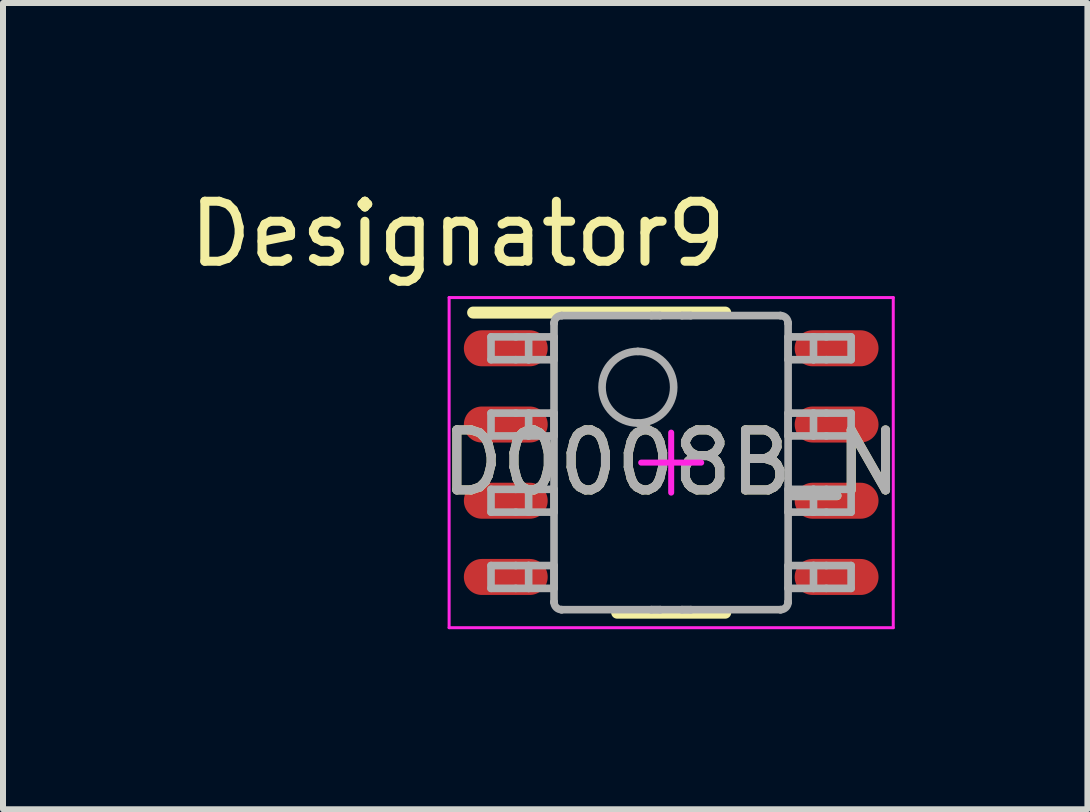
<source format=kicad_pcb>
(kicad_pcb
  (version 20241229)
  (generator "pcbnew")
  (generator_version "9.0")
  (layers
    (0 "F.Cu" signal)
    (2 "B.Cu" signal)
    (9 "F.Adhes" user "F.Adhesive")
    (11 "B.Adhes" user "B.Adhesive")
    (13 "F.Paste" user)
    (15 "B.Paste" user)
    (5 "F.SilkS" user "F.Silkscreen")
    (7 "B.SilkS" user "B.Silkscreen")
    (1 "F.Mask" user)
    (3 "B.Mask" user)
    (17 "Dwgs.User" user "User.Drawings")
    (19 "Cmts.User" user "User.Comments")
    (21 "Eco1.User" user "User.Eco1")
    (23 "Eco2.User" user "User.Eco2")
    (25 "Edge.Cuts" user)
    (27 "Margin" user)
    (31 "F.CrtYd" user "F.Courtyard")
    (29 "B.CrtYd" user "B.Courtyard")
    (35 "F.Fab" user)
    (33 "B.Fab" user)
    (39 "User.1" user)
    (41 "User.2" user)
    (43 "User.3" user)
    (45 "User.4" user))
  (footprint "D0008B_N"
    (layer "F.Cu")
    (at 8.133 4.658)
    (property "Reference" "D0008B_N" (at 0 0 0) (unlocked yes) (layer "F.SilkS") (effects (font (size 1 1) (thickness 0.15))))
    (attr smd)
    (fp_line (start -3.3 -2.5) (end 0.9 -2.5) (stroke (width 0.2) (type solid)) (layer "F.SilkS"))
    (fp_line (start -0.9 2.5) (end 0.9 2.5) (stroke (width 0.2) (type solid)) (layer "F.SilkS"))
    (fp_line (start -3.7 -2.75) (end 3.7 -2.75) (stroke (width 0.05) (type solid)) (layer "F.CrtYd"))
    (fp_line (start -3.7 2.75) (end -3.7 -2.75) (stroke (width 0.05) (type solid)) (layer "F.CrtYd"))
    (fp_line (start -3.7 2.75) (end 3.7 2.75) (stroke (width 0.05) (type solid)) (layer "F.CrtYd"))
    (fp_line (start -0.5 0) (end 0.5 0) (stroke (width 0.1) (type solid)) (layer "F.CrtYd"))
    (fp_line (start 0 0.5) (end 0 -0.5) (stroke (width 0.1) (type solid)) (layer "F.CrtYd"))
    (fp_line (start 3.7 2.75) (end 3.7 -2.75) (stroke (width 0.05) (type solid)) (layer "F.CrtYd"))
    (fp_line (start -3.002 -2.095) (end -2.589 -2.095) (stroke (width 0.127) (type solid)) (layer "F.Fab"))
    (fp_line (start -3.002 -1.715) (end -3.002 -2.095) (stroke (width 0.127) (type solid)) (layer "F.Fab"))
    (fp_line (start -3.002 -1.715) (end -2.589 -1.715) (stroke (width 0.127) (type solid)) (layer "F.Fab"))
    (fp_line (start -3.002 -0.825) (end -2.589 -0.825) (stroke (width 0.127) (type solid)) (layer "F.Fab"))
    (fp_line (start -3.002 -0.445) (end -3.002 -0.825) (stroke (width 0.127) (type solid)) (layer "F.Fab"))
    (fp_line (start -3.002 -0.445) (end -2.589 -0.445) (stroke (width 0.127) (type solid)) (layer "F.Fab"))
    (fp_line (start -3.002 0.445) (end -2.589 0.445) (stroke (width 0.127) (type solid)) (layer "F.Fab"))
    (fp_line (start -3.002 0.825) (end -3.002 0.445) (stroke (width 0.127) (type solid)) (layer "F.Fab"))
    (fp_line (start -3.002 0.825) (end -2.589 0.825) (stroke (width 0.127) (type solid)) (layer "F.Fab"))
    (fp_line (start -3.002 1.715) (end -2.589 1.715) (stroke (width 0.127) (type solid)) (layer "F.Fab"))
    (fp_line (start -3.002 2.095) (end -3.002 1.715) (stroke (width 0.127) (type solid)) (layer "F.Fab"))
    (fp_line (start -3.002 2.095) (end -2.589 2.095) (stroke (width 0.127) (type solid)) (layer "F.Fab"))
    (fp_line (start -2.589 -2.095) (end -2.375 -2.095) (stroke (width 0.127) (type solid)) (layer "F.Fab"))
    (fp_line (start -2.589 -1.715) (end -2.375 -1.715) (stroke (width 0.127) (type solid)) (layer "F.Fab"))
    (fp_line (start -2.589 -0.825) (end -2.375 -0.825) (stroke (width 0.127) (type solid)) (layer "F.Fab"))
    (fp_line (start -2.589 -0.445) (end -2.375 -0.445) (stroke (width 0.127) (type solid)) (layer "F.Fab"))
    (fp_line (start -2.589 0.445) (end -2.375 0.445) (stroke (width 0.127) (type solid)) (layer "F.Fab"))
    (fp_line (start -2.589 0.825) (end -2.375 0.825) (stroke (width 0.127) (type solid)) (layer "F.Fab"))
    (fp_line (start -2.589 1.715) (end -2.375 1.715) (stroke (width 0.127) (type solid)) (layer "F.Fab"))
    (fp_line (start -2.589 2.095) (end -2.375 2.095) (stroke (width 0.127) (type solid)) (layer "F.Fab"))
    (fp_line (start -2.375 -2.095) (end -1.995 -2.095) (stroke (width 0.127) (type solid)) (layer "F.Fab"))
    (fp_line (start -2.375 -1.715) (end -2.375 -2.095) (stroke (width 0.127) (type solid)) (layer "F.Fab"))
    (fp_line (start -2.375 -1.715) (end -1.995 -1.715) (stroke (width 0.127) (type solid)) (layer "F.Fab"))
    (fp_line (start -2.375 -0.825) (end -1.995 -0.825) (stroke (width 0.127) (type solid)) (layer "F.Fab"))
    (fp_line (start -2.375 -0.445) (end -2.375 -0.825) (stroke (width 0.127) (type solid)) (layer "F.Fab"))
    (fp_line (start -2.375 -0.445) (end -1.995 -0.445) (stroke (width 0.127) (type solid)) (layer "F.Fab"))
    (fp_line (start -2.375 0.445) (end -1.995 0.445) (stroke (width 0.127) (type solid)) (layer "F.Fab"))
    (fp_line (start -2.375 0.825) (end -2.375 0.445) (stroke (width 0.127) (type solid)) (layer "F.Fab"))
    (fp_line (start -2.375 0.825) (end -1.995 0.825) (stroke (width 0.127) (type solid)) (layer "F.Fab"))
    (fp_line (start -2.375 1.715) (end -1.995 1.715) (stroke (width 0.127) (type solid)) (layer "F.Fab"))
    (fp_line (start -2.375 2.095) (end -2.375 1.715) (stroke (width 0.127) (type solid)) (layer "F.Fab"))
    (fp_line (start -2.375 2.095) (end -1.995 2.095) (stroke (width 0.127) (type solid)) (layer "F.Fab"))
    (fp_line (start -1.995 -2.095) (end -1.952 -2.095) (stroke (width 0.127) (type solid)) (layer "F.Fab"))
    (fp_line (start -1.995 -1.715) (end -1.952 -1.715) (stroke (width 0.127) (type solid)) (layer "F.Fab"))
    (fp_line (start -1.995 -0.825) (end -1.952 -0.825) (stroke (width 0.127) (type solid)) (layer "F.Fab"))
    (fp_line (start -1.995 -0.445) (end -1.952 -0.445) (stroke (width 0.127) (type solid)) (layer "F.Fab"))
    (fp_line (start -1.995 0.445) (end -1.952 0.445) (stroke (width 0.127) (type solid)) (layer "F.Fab"))
    (fp_line (start -1.995 0.825) (end -1.952 0.825) (stroke (width 0.127) (type solid)) (layer "F.Fab"))
    (fp_line (start -1.995 1.715) (end -1.952 1.715) (stroke (width 0.127) (type solid)) (layer "F.Fab"))
    (fp_line (start -1.995 2.095) (end -1.952 2.095) (stroke (width 0.127) (type solid)) (layer "F.Fab"))
    (fp_line (start -1.952 -2.323) (end -1.952 -2.324) (stroke (width 0.127) (type solid)) (layer "F.Fab"))
    (fp_line (start -1.952 -1.715) (end -1.952 -2.095) (stroke (width 0.127) (type solid)) (layer "F.Fab"))
    (fp_line (start -1.952 -0.445) (end -1.952 -0.825) (stroke (width 0.127) (type solid)) (layer "F.Fab"))
    (fp_line (start -1.952 0.825) (end -1.952 0.445) (stroke (width 0.127) (type solid)) (layer "F.Fab"))
    (fp_line (start -1.952 2.095) (end -1.952 1.715) (stroke (width 0.127) (type solid)) (layer "F.Fab"))
    (fp_line (start -1.952 2.323) (end -1.952 -2.323) (stroke (width 0.127) (type solid)) (layer "F.Fab"))
    (fp_line (start -1.952 2.324) (end -1.952 2.323) (stroke (width 0.127) (type solid)) (layer "F.Fab"))
    (fp_line (start -1.826 -2.45) (end -1.825 -2.45) (stroke (width 0.127) (type solid)) (layer "F.Fab"))
    (fp_line (start -1.826 2.45) (end -1.825 2.45) (stroke (width 0.127) (type solid)) (layer "F.Fab"))
    (fp_line (start -1.825 -2.45) (end -0.332 -2.45) (stroke (width 0.127) (type solid)) (layer "F.Fab"))
    (fp_line (start -1.825 2.45) (end -0.332 2.45) (stroke (width 0.127) (type solid)) (layer "F.Fab"))
    (fp_line (start -0.332 -2.45) (end -0.182 -2.45) (stroke (width 0.127) (type solid)) (layer "F.Fab"))
    (fp_line (start -0.332 -2.45) (end -0.182 -2.45) (stroke (width 0.127) (type solid)) (layer "F.Fab"))
    (fp_line (start -0.332 2.45) (end -0.182 2.45) (stroke (width 0.127) (type solid)) (layer "F.Fab"))
    (fp_line (start -0.332 2.45) (end -0.182 2.45) (stroke (width 0.127) (type solid)) (layer "F.Fab"))
    (fp_line (start -0.182 -2.45) (end 0.178 -2.45) (stroke (width 0.127) (type solid)) (layer "F.Fab"))
    (fp_line (start -0.182 2.45) (end 0.178 2.45) (stroke (width 0.127) (type solid)) (layer "F.Fab"))
    (fp_line (start 0.178 -2.45) (end 0.328 -2.45) (stroke (width 0.127) (type solid)) (layer "F.Fab"))
    (fp_line (start 0.178 -2.45) (end 0.328 -2.45) (stroke (width 0.127) (type solid)) (layer "F.Fab"))
    (fp_line (start 0.178 2.45) (end 0.328 2.45) (stroke (width 0.127) (type solid)) (layer "F.Fab"))
    (fp_line (start 0.178 2.45) (end 0.328 2.45) (stroke (width 0.127) (type solid)) (layer "F.Fab"))
    (fp_line (start 0.328 -2.45) (end 1.821 -2.45) (stroke (width 0.127) (type solid)) (layer "F.Fab"))
    (fp_line (start 0.328 2.45) (end 1.821 2.45) (stroke (width 0.127) (type solid)) (layer "F.Fab"))
    (fp_line (start 1.821 -2.45) (end 1.822 -2.45) (stroke (width 0.127) (type solid)) (layer "F.Fab"))
    (fp_line (start 1.821 2.45) (end 1.822 2.45) (stroke (width 0.127) (type solid)) (layer "F.Fab"))
    (fp_line (start 1.948 -2.323) (end 1.948 -2.324) (stroke (width 0.127) (type solid)) (layer "F.Fab"))
    (fp_line (start 1.948 -2.095) (end 1.991 -2.095) (stroke (width 0.127) (type solid)) (layer "F.Fab"))
    (fp_line (start 1.948 -1.715) (end 1.948 -2.095) (stroke (width 0.127) (type solid)) (layer "F.Fab"))
    (fp_line (start 1.948 -1.715) (end 1.991 -1.715) (stroke (width 0.127) (type solid)) (layer "F.Fab"))
    (fp_line (start 1.948 -0.825) (end 1.991 -0.825) (stroke (width 0.127) (type solid)) (layer "F.Fab"))
    (fp_line (start 1.948 -0.445) (end 1.948 -0.825) (stroke (width 0.127) (type solid)) (layer "F.Fab"))
    (fp_line (start 1.948 -0.445) (end 1.991 -0.445) (stroke (width 0.127) (type solid)) (layer "F.Fab"))
    (fp_line (start 1.948 0.445) (end 1.991 0.445) (stroke (width 0.127) (type solid)) (layer "F.Fab"))
    (fp_line (start 1.948 0.825) (end 1.948 0.445) (stroke (width 0.127) (type solid)) (layer "F.Fab"))
    (fp_line (start 1.948 0.825) (end 1.991 0.825) (stroke (width 0.127) (type solid)) (layer "F.Fab"))
    (fp_line (start 1.948 1.715) (end 1.991 1.715) (stroke (width 0.127) (type solid)) (layer "F.Fab"))
    (fp_line (start 1.948 2.095) (end 1.948 1.715) (stroke (width 0.127) (type solid)) (layer "F.Fab"))
    (fp_line (start 1.948 2.095) (end 1.991 2.095) (stroke (width 0.127) (type solid)) (layer "F.Fab"))
    (fp_line (start 1.948 2.323) (end 1.948 -2.323) (stroke (width 0.127) (type solid)) (layer "F.Fab"))
    (fp_line (start 1.948 2.324) (end 1.948 2.323) (stroke (width 0.127) (type solid)) (layer "F.Fab"))
    (fp_line (start 1.991 -2.095) (end 2.371 -2.095) (stroke (width 0.127) (type solid)) (layer "F.Fab"))
    (fp_line (start 1.991 -1.715) (end 2.371 -1.715) (stroke (width 0.127) (type solid)) (layer "F.Fab"))
    (fp_line (start 1.991 -0.825) (end 2.371 -0.825) (stroke (width 0.127) (type solid)) (layer "F.Fab"))
    (fp_line (start 1.991 -0.445) (end 2.371 -0.445) (stroke (width 0.127) (type solid)) (layer "F.Fab"))
    (fp_line (start 1.991 0.445) (end 2.371 0.445) (stroke (width 0.127) (type solid)) (layer "F.Fab"))
    (fp_line (start 1.991 0.825) (end 2.371 0.825) (stroke (width 0.127) (type solid)) (layer "F.Fab"))
    (fp_line (start 1.991 1.715) (end 2.371 1.715) (stroke (width 0.127) (type solid)) (layer "F.Fab"))
    (fp_line (start 1.991 2.095) (end 2.371 2.095) (stroke (width 0.127) (type solid)) (layer "F.Fab"))
    (fp_line (start 2.371 -2.095) (end 2.585 -2.095) (stroke (width 0.127) (type solid)) (layer "F.Fab"))
    (fp_line (start 2.371 -1.715) (end 2.371 -2.095) (stroke (width 0.127) (type solid)) (layer "F.Fab"))
    (fp_line (start 2.371 -1.715) (end 2.585 -1.715) (stroke (width 0.127) (type solid)) (layer "F.Fab"))
    (fp_line (start 2.371 -0.825) (end 2.585 -0.825) (stroke (width 0.127) (type solid)) (layer "F.Fab"))
    (fp_line (start 2.371 -0.445) (end 2.371 -0.825) (stroke (width 0.127) (type solid)) (layer "F.Fab"))
    (fp_line (start 2.371 -0.445) (end 2.585 -0.445) (stroke (width 0.127) (type solid)) (layer "F.Fab"))
    (fp_line (start 2.371 0.445) (end 2.585 0.445) (stroke (width 0.127) (type solid)) (layer "F.Fab"))
    (fp_line (start 2.371 0.825) (end 2.371 0.445) (stroke (width 0.127) (type solid)) (layer "F.Fab"))
    (fp_line (start 2.371 0.825) (end 2.585 0.825) (stroke (width 0.127) (type solid)) (layer "F.Fab"))
    (fp_line (start 2.371 1.715) (end 2.585 1.715) (stroke (width 0.127) (type solid)) (layer "F.Fab"))
    (fp_line (start 2.371 2.095) (end 2.371 1.715) (stroke (width 0.127) (type solid)) (layer "F.Fab"))
    (fp_line (start 2.371 2.095) (end 2.585 2.095) (stroke (width 0.127) (type solid)) (layer "F.Fab"))
    (fp_line (start 2.585 -2.095) (end 2.998 -2.095) (stroke (width 0.127) (type solid)) (layer "F.Fab"))
    (fp_line (start 2.585 -1.715) (end 2.998 -1.715) (stroke (width 0.127) (type solid)) (layer "F.Fab"))
    (fp_line (start 2.585 -0.825) (end 2.998 -0.825) (stroke (width 0.127) (type solid)) (layer "F.Fab"))
    (fp_line (start 2.585 -0.445) (end 2.998 -0.445) (stroke (width 0.127) (type solid)) (layer "F.Fab"))
    (fp_line (start 2.585 0.445) (end 2.998 0.445) (stroke (width 0.127) (type solid)) (layer "F.Fab"))
    (fp_line (start 2.585 0.825) (end 2.998 0.825) (stroke (width 0.127) (type solid)) (layer "F.Fab"))
    (fp_line (start 2.585 1.715) (end 2.998 1.715) (stroke (width 0.127) (type solid)) (layer "F.Fab"))
    (fp_line (start 2.585 2.095) (end 2.998 2.095) (stroke (width 0.127) (type solid)) (layer "F.Fab"))
    (fp_line (start 2.998 -1.715) (end 2.998 -2.095) (stroke (width 0.127) (type solid)) (layer "F.Fab"))
    (fp_line (start 2.998 -0.445) (end 2.998 -0.825) (stroke (width 0.127) (type solid)) (layer "F.Fab"))
    (fp_line (start 2.998 0.825) (end 2.998 0.445) (stroke (width 0.127) (type solid)) (layer "F.Fab"))
    (fp_line (start 2.998 2.095) (end 2.998 1.715) (stroke (width 0.127) (type solid)) (layer "F.Fab"))
    (fp_arc (start -1.952002 -2.323941) (mid -1.914806 -2.412806) (end -1.825941 -2.450002) (stroke (width 0.127) (type solid)) (layer "F.Fab"))
    (fp_arc (start -1.825941 2.449992) (mid -1.914806 2.412795) (end -1.952002 2.323931) (stroke (width 0.127) (type solid)) (layer "F.Fab"))
    (fp_arc (start -0.555 -1.8531) (mid 0.0419 -1.2562) (end -0.555 -0.6593) (stroke (width 0.127) (type solid)) (layer "F.Fab"))
    (fp_arc (start -0.555 -0.6593) (mid -1.1519 -1.2562) (end -0.555 -1.8531) (stroke (width 0.127) (type solid)) (layer "F.Fab"))
    (fp_arc (start 1.821933 -2.450002) (mid 1.910797 -2.412806) (end 1.947994 -2.323941) (stroke (width 0.127) (type solid)) (layer "F.Fab"))
    (fp_arc (start 1.947994 2.323931) (mid 1.910797 2.412795) (end 1.821933 2.449992) (stroke (width 0.127) (type solid)) (layer "F.Fab"))
    (fp_text user "Designator9" (at -3.556 -3.81 0) (unlocked yes) (layer "F.SilkS") (effects (font (size 1 1) (thickness 0.15))))
    (fp_text user "${REFERENCE}" (at 0 0 0) (unlocked yes) (layer "F.Fab") (effects (font (size 1 1) (thickness 0.15))))
    (pad "1" smd oval (at -2.756 -1.905 90) (size 0.6 1.397) (layers "F.Cu" "F.Mask" "F.Paste"))
    (pad "2" smd oval (at -2.756 -0.635 90) (size 0.6 1.397) (layers "F.Cu" "F.Mask" "F.Paste"))
    (pad "3" smd oval (at -2.756 0.635 90) (size 0.6 1.397) (layers "F.Cu" "F.Mask" "F.Paste"))
    (pad "4" smd oval (at -2.756 1.905 90) (size 0.6 1.397) (layers "F.Cu" "F.Mask" "F.Paste"))
    (pad "5" smd oval (at 2.756 1.905 90) (size 0.6 1.397) (layers "F.Cu" "F.Mask" "F.Paste"))
    (pad "6" smd oval (at 2.756 0.635 90) (size 0.6 1.397) (layers "F.Cu" "F.Mask" "F.Paste"))
    (pad "7" smd oval (at 2.756 -0.635 90) (size 0.6 1.397) (layers "F.Cu" "F.Mask" "F.Paste"))
    (pad "8" smd oval (at 2.756 -1.905 90) (size 0.6 1.397) (layers "F.Cu" "F.Mask" "F.Paste")))
  (gr_rect
    (start -3 -3)
    (end 15.068 10.433)
    (stroke (width 0.1) (type default))
    (fill no)
    (layer "Edge.Cuts")))
</source>
